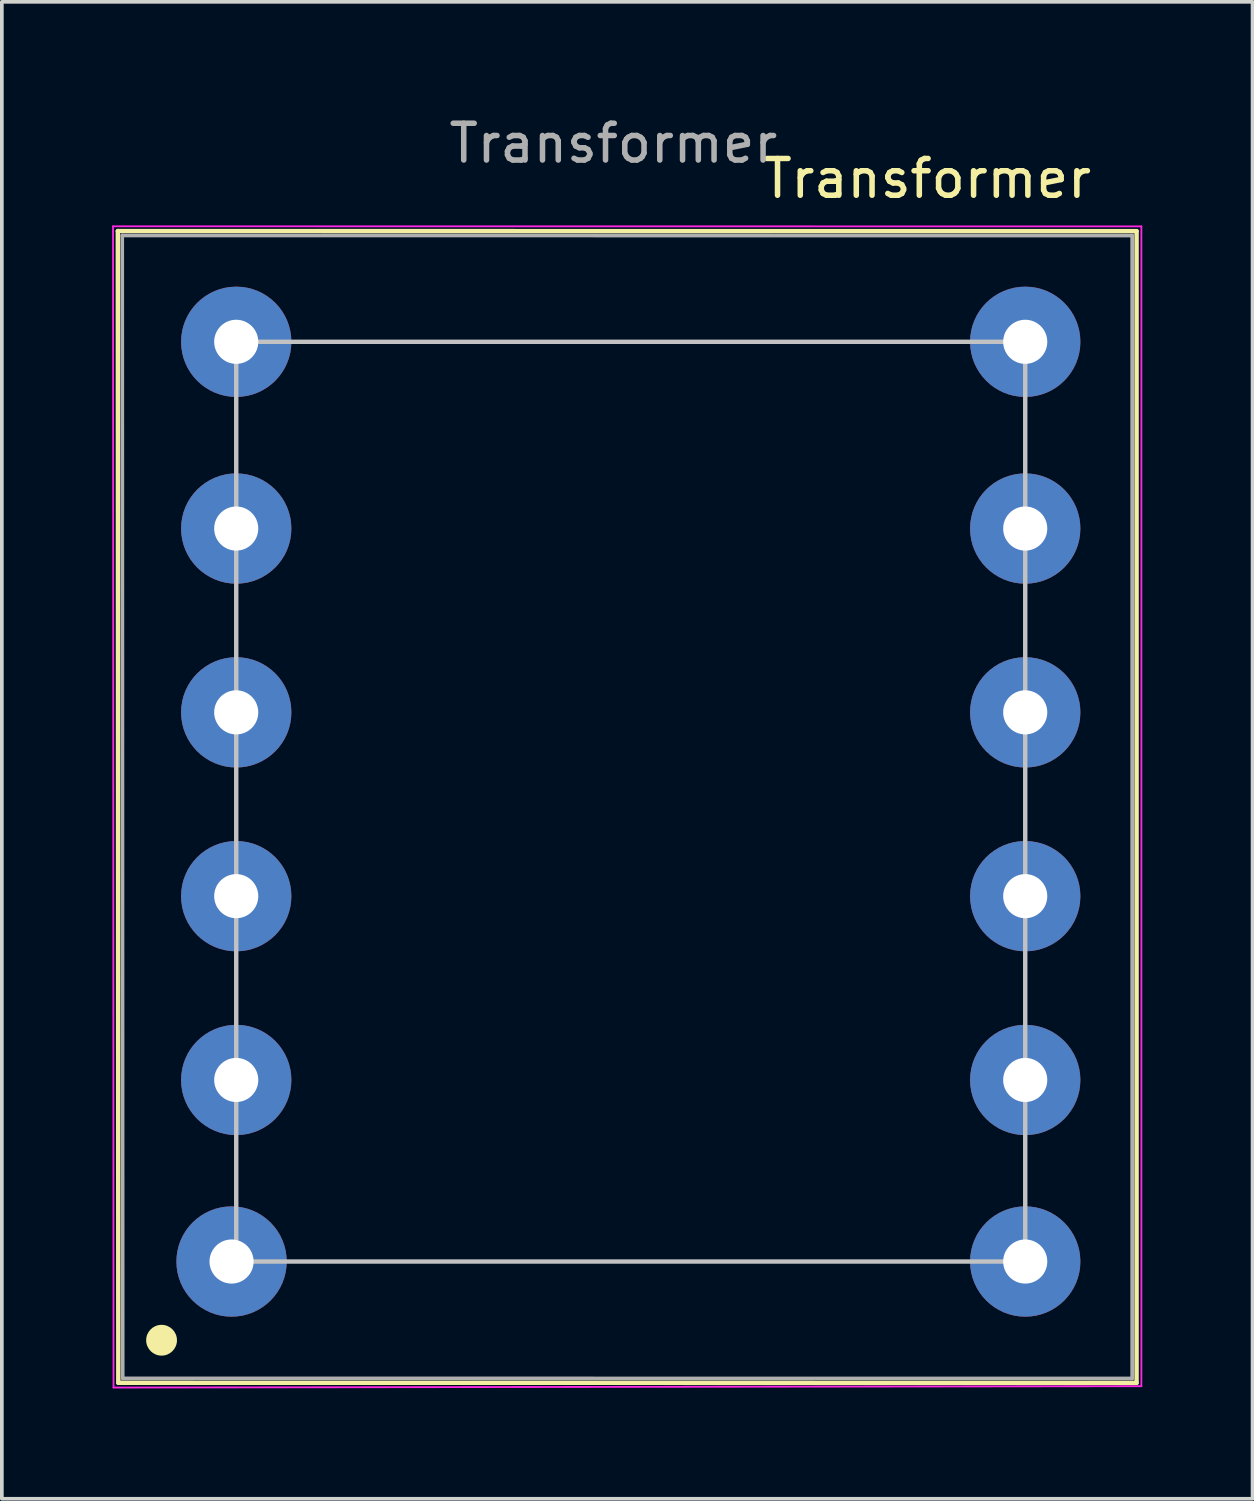
<source format=kicad_pcb>
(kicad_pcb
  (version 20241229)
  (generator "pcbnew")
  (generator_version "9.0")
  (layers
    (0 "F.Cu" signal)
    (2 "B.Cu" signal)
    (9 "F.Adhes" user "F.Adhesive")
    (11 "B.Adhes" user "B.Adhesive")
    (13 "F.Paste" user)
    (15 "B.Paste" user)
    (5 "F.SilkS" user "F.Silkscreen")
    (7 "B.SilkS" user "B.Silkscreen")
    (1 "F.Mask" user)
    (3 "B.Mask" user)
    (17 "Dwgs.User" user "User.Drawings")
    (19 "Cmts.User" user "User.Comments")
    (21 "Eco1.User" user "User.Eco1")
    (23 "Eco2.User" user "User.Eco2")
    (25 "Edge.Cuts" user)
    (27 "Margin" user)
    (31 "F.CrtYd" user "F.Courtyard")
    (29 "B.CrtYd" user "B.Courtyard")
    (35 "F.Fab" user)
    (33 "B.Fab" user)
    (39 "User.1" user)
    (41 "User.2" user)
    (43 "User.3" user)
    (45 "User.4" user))
  (footprint "Transformer"
    (layer "F.Cu")
    (at 13.536 18.868)
    (property "Reference" "Transformer" (at 8.636 -17.062 0) (layer "F.SilkS") (effects (font (size 1 1) (thickness 0.15))))
    (attr through_hole)
    (fp_line (start -13.381 -15.632) (end -13.368 15.697) (stroke (width 0.12) (type solid)) (layer "F.SilkS"))
    (fp_line (start -13.381 -15.632) (end 14.332 -15.63) (stroke (width 0.12) (type solid)) (layer "F.SilkS"))
    (fp_line (start 14.332 15.7) (end -13.368 15.697) (stroke (width 0.12) (type solid)) (layer "F.SilkS"))
    (fp_line (start 14.332 15.7) (end 14.332 -15.63) (stroke (width 0.12) (type solid)) (layer "F.SilkS"))
    (fp_circle (center -12.191 14.54) (end -11.832 14.54) (stroke (width 0.12) (type solid)) (fill yes) (layer "F.SilkS"))
    (fp_rect (start -10.16 -12.62) (end 11.303 12.399) (stroke (width 0.12) (type solid)) (fill no) (layer "Dwgs.User"))
    (fp_line (start -13.511 -15.762) (end -13.498 15.827) (stroke (width 0.05) (type solid)) (layer "F.CrtYd"))
    (fp_line (start -13.511 -15.762) (end 14.462 -15.76) (stroke (width 0.05) (type solid)) (layer "F.CrtYd"))
    (fp_line (start 14.462 15.79) (end -13.498 15.827) (stroke (width 0.05) (type solid)) (layer "F.CrtYd"))
    (fp_line (start 14.462 15.79) (end 14.462 -15.76) (stroke (width 0.05) (type solid)) (layer "F.CrtYd"))
    (fp_line (start -13.261 -15.512) (end 14.212 -15.51) (stroke (width 0.1) (type solid)) (layer "F.Fab"))
    (fp_line (start -13.248 15.577) (end -13.261 -15.512) (stroke (width 0.1) (type solid)) (layer "F.Fab"))
    (fp_line (start 14.212 -15.51) (end 14.212 15.58) (stroke (width 0.1) (type solid)) (layer "F.Fab"))
    (fp_line (start 14.212 15.58) (end -13.248 15.577) (stroke (width 0.1) (type solid)) (layer "F.Fab"))
    (fp_text user "${REFERENCE}" (at 0.1 -18.02 180) (layer "F.Fab") (effects (font (size 1 1) (thickness 0.15))))
    (pad "1" thru_hole circle (at -10.287 12.399) (size 3 3) (drill 1.2) (layers "*.Cu" "*.Mask"))
    (pad "2" thru_hole circle (at -10.16 7.46) (size 3 3) (drill 1.2) (layers "*.Cu" "*.Mask"))
    (pad "3" thru_hole circle (at -10.16 2.46) (size 3 3) (drill 1.2) (layers "*.Cu" "*.Mask"))
    (pad "4" thru_hole circle (at -10.16 -2.54) (size 3 3) (drill 1.2) (layers "*.Cu" "*.Mask"))
    (pad "5" thru_hole circle (at -10.16 -7.54) (size 3 3) (drill 1.2) (layers "*.Cu" "*.Mask"))
    (pad "6" thru_hole circle (at -10.16 -12.62) (size 3 3) (drill 1.2) (layers "*.Cu" "*.Mask"))
    (pad "7" thru_hole circle (at 11.303 -12.62) (size 3 3) (drill 1.2) (layers "*.Cu" "*.Mask"))
    (pad "8" thru_hole circle (at 11.303 -7.54) (size 3 3) (drill 1.2) (layers "*.Cu" "*.Mask"))
    (pad "9" thru_hole circle (at 11.303 -2.54) (size 3 3) (drill 1.2) (layers "*.Cu" "*.Mask"))
    (pad "10" thru_hole circle (at 11.303 2.46) (size 3 3) (drill 1.2) (layers "*.Cu" "*.Mask"))
    (pad "11" thru_hole circle (at 11.303 7.46) (size 3 3) (drill 1.2) (layers "*.Cu" "*.Mask"))
    (pad "12" thru_hole circle (at 11.303 12.399) (size 3 3) (drill 1.2) (layers "*.Cu" "*.Mask")))
  (gr_rect
    (start -3 -3)
    (end 31.023 37.72)
    (stroke (width 0.1) (type default))
    (fill no)
    (layer "Edge.Cuts")))
</source>
